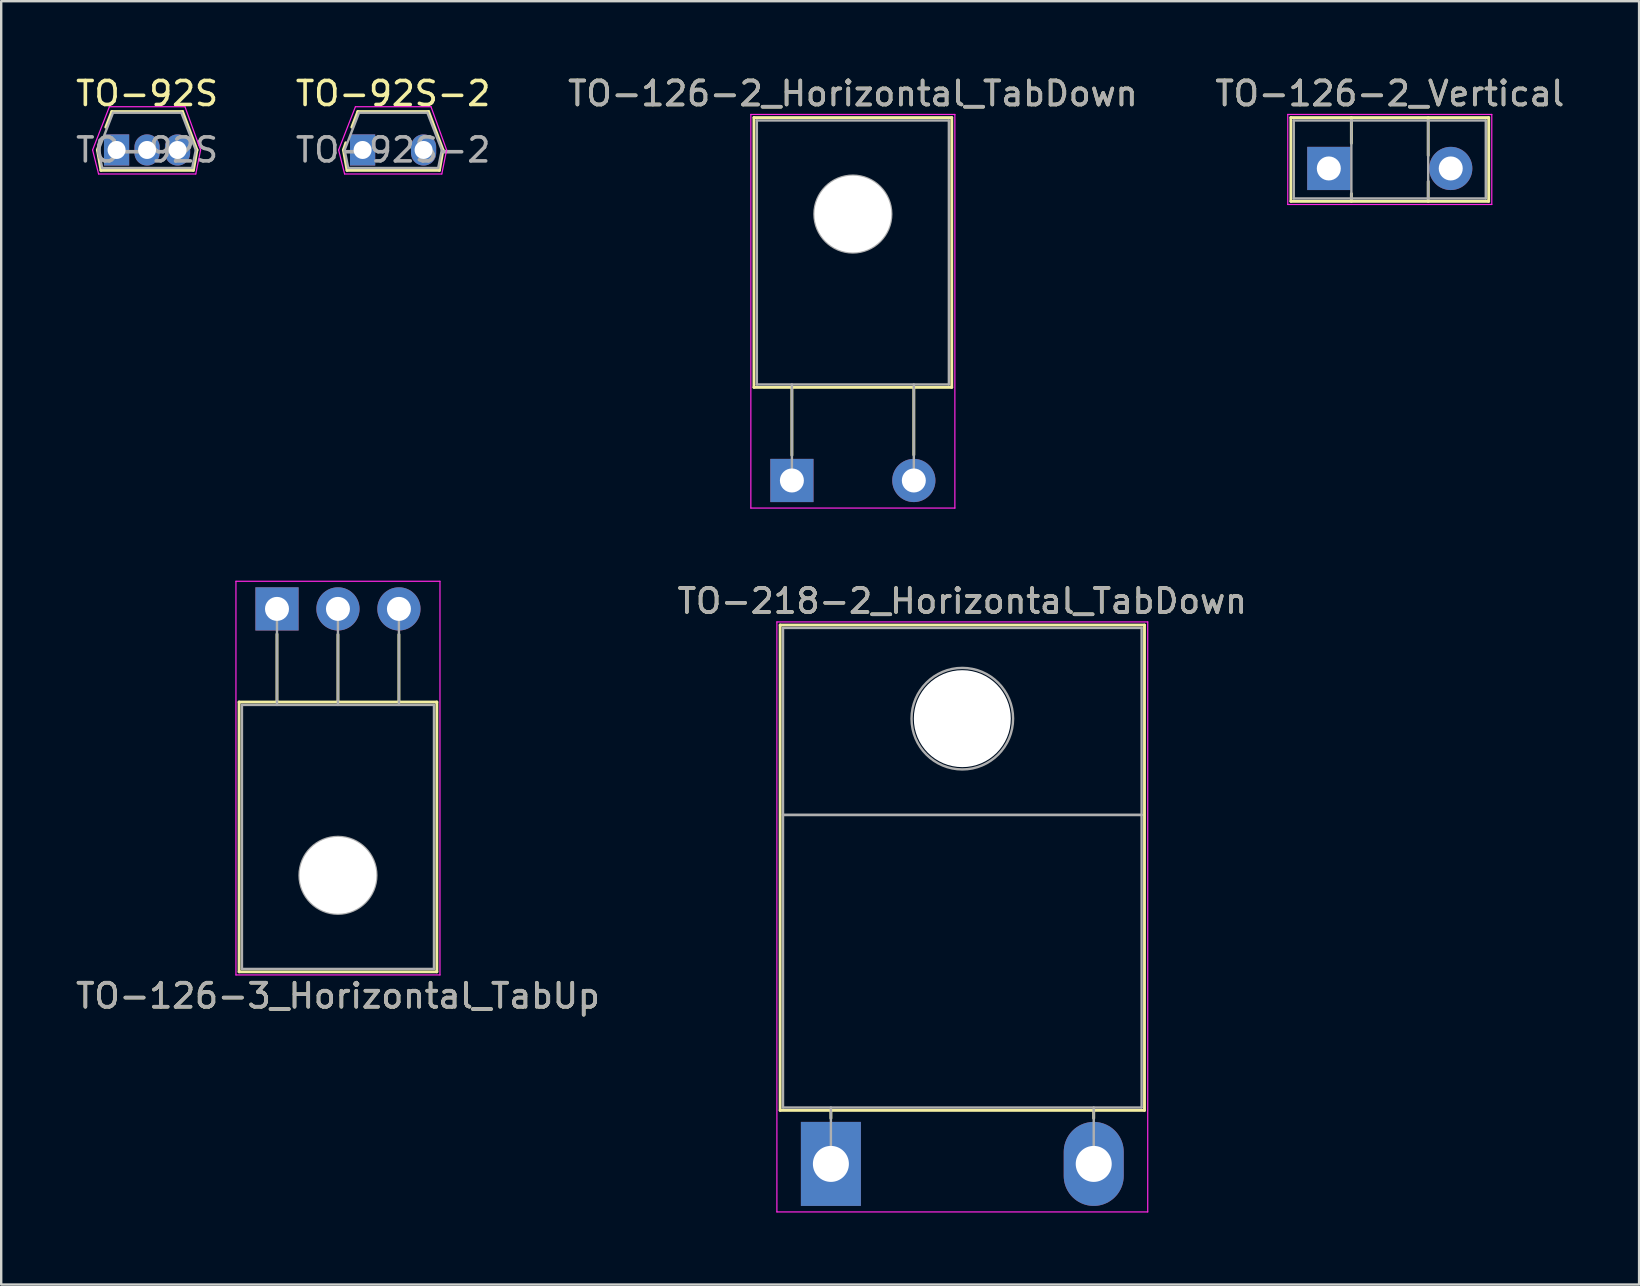
<source format=kicad_pcb>
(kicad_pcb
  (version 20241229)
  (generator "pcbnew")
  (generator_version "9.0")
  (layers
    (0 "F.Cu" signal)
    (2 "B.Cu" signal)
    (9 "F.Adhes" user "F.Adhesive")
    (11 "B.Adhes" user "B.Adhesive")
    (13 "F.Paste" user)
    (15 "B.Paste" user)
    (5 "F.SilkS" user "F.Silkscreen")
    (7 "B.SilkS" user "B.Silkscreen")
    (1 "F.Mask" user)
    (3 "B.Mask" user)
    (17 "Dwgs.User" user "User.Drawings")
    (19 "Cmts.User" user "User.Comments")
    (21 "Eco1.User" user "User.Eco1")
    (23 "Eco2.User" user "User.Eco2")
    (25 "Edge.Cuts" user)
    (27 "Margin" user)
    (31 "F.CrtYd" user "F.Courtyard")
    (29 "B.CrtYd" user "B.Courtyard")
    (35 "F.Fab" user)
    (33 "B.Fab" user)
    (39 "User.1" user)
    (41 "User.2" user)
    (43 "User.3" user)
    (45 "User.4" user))
  (footprint "TO-126-2_Horizontal_TabDown"
    (layer "F.Cu")
    (at 29.942 16.968)
    (property "Reference" "TO-126-2_Horizontal_TabDown" (at 2.54 -16.12 0) (layer "F.SilkS") (effects (font (size 1 1) (thickness 0.15))))
    (attr through_hole)
    (fp_line (start -1.58 -15.12) (end -1.58 -3.88) (stroke (width 0.12) (type solid)) (layer "F.SilkS"))
    (fp_line (start -1.58 -15.12) (end 6.66 -15.12) (stroke (width 0.12) (type solid)) (layer "F.SilkS"))
    (fp_line (start -1.58 -3.88) (end 6.66 -3.88) (stroke (width 0.12) (type solid)) (layer "F.SilkS"))
    (fp_line (start 0 -3.88) (end 0 -1.05) (stroke (width 0.12) (type solid)) (layer "F.SilkS"))
    (fp_line (start 5.08 -3.88) (end 5.08 -1.066) (stroke (width 0.12) (type solid)) (layer "F.SilkS"))
    (fp_line (start 6.66 -15.12) (end 6.66 -3.88) (stroke (width 0.12) (type solid)) (layer "F.SilkS"))
    (fp_line (start -1.71 -15.25) (end -1.71 1.15) (stroke (width 0.05) (type solid)) (layer "F.CrtYd"))
    (fp_line (start -1.71 1.15) (end 6.79 1.15) (stroke (width 0.05) (type solid)) (layer "F.CrtYd"))
    (fp_line (start 6.79 -15.25) (end -1.71 -15.25) (stroke (width 0.05) (type solid)) (layer "F.CrtYd"))
    (fp_line (start 6.79 1.15) (end 6.79 -15.25) (stroke (width 0.05) (type solid)) (layer "F.CrtYd"))
    (fp_line (start -1.46 -15) (end 6.54 -15) (stroke (width 0.1) (type solid)) (layer "F.Fab"))
    (fp_line (start -1.46 -4) (end -1.46 -15) (stroke (width 0.1) (type solid)) (layer "F.Fab"))
    (fp_line (start 0 -4) (end 0 0) (stroke (width 0.1) (type solid)) (layer "F.Fab"))
    (fp_line (start 5.08 -4) (end 5.08 0) (stroke (width 0.1) (type solid)) (layer "F.Fab"))
    (fp_line (start 6.54 -15) (end 6.54 -4) (stroke (width 0.1) (type solid)) (layer "F.Fab"))
    (fp_line (start 6.54 -4) (end -1.46 -4) (stroke (width 0.1) (type solid)) (layer "F.Fab"))
    (fp_circle (center 2.54 -11.1) (end 4.14 -11.1) (stroke (width 0.1) (type solid)) (fill no) (layer "F.Fab"))
    (fp_text user "${REFERENCE}" (at 2.54 -16.12 0) (layer "F.Fab") (effects (font (size 1 1) (thickness 0.15))))
    (pad "" np_thru_hole oval (at 2.54 -11.1) (size 3.2 3.2) (drill 3.2) (layers "*.Cu" "*.Mask"))
    (pad "1" thru_hole rect (at 0 0) (size 1.8 1.8) (drill 1) (layers "*.Cu" "*.Mask"))
    (pad "2" thru_hole oval (at 5.08 0) (size 1.8 1.8) (drill 1) (layers "*.Cu" "*.Mask")))
  (footprint "TO-92S"
    (layer "F.Cu")
    (at 1.807 3.198)
    (property "Reference" "TO-92S" (at 1.27 -2.35 0) (layer "F.SilkS") (effects (font (size 1 1) (thickness 0.15))))
    (attr through_hole)
    (fp_line (start -0.8 0) (end -0.65 0.85) (stroke (width 0.12) (type solid)) (layer "F.SilkS"))
    (fp_line (start -0.7 -0.3) (end -0.8 0) (stroke (width 0.12) (type solid)) (layer "F.SilkS"))
    (fp_line (start -0.65 0.85) (end 3.2 0.85) (stroke (width 0.12) (type solid)) (layer "F.SilkS"))
    (fp_line (start -0.2 -1.6) (end -0.45 -0.95) (stroke (width 0.12) (type solid)) (layer "F.SilkS"))
    (fp_line (start 2.75 -1.6) (end -0.2 -1.6) (stroke (width 0.12) (type solid)) (layer "F.SilkS"))
    (fp_line (start 3.2 0.85) (end 3.35 0) (stroke (width 0.12) (type solid)) (layer "F.SilkS"))
    (fp_line (start 3.35 0) (end 2.75 -1.6) (stroke (width 0.12) (type solid)) (layer "F.SilkS"))
    (fp_line (start -1 0) (end -0.75 1) (stroke (width 0.05) (type solid)) (layer "F.CrtYd"))
    (fp_line (start -0.75 1) (end 3.3 1) (stroke (width 0.05) (type solid)) (layer "F.CrtYd"))
    (fp_line (start -0.3 -1.8) (end -1 0) (stroke (width 0.05) (type solid)) (layer "F.CrtYd"))
    (fp_line (start 2.85 -1.8) (end -0.3 -1.8) (stroke (width 0.05) (type solid)) (layer "F.CrtYd"))
    (fp_line (start 3.3 1) (end 3.5 0) (stroke (width 0.05) (type solid)) (layer "F.CrtYd"))
    (fp_line (start 3.5 0) (end 2.85 -1.8) (stroke (width 0.05) (type solid)) (layer "F.CrtYd"))
    (fp_line (start -0.75 0) (end -0.15 -1.55) (stroke (width 0.1) (type solid)) (layer "F.Fab"))
    (fp_line (start -0.6 0.75) (end -0.75 0) (stroke (width 0.1) (type solid)) (layer "F.Fab"))
    (fp_line (start -0.6 0.75) (end 3.15 0.75) (stroke (width 0.1) (type solid)) (layer "F.Fab"))
    (fp_line (start -0.15 -1.55) (end 2.7 -1.55) (stroke (width 0.1) (type solid)) (layer "F.Fab"))
    (fp_line (start 3.15 0.75) (end 3.3 0) (stroke (width 0.1) (type solid)) (layer "F.Fab"))
    (fp_line (start 3.3 0) (end 2.7 -1.55) (stroke (width 0.1) (type solid)) (layer "F.Fab"))
    (fp_text user "${REFERENCE}" (at 1.27 0 0) (layer "F.Fab") (effects (font (size 1 1) (thickness 0.15))))
    (pad "1" thru_hole rect (at 0 0) (size 1.05 1.3) (drill 0.75) (layers "*.Cu" "*.Mask"))
    (pad "2" thru_hole oval (at 1.27 0) (size 1.05 1.3) (drill 0.75) (layers "*.Cu" "*.Mask"))
    (pad "3" thru_hole oval (at 2.54 0) (size 1.05 1.3) (drill 0.75) (layers "*.Cu" "*.Mask")))
  (footprint "TO-126-2_Vertical"
    (layer "F.Cu")
    (at 52.311 3.968)
    (property "Reference" "TO-126-2_Vertical" (at 2.54 -3.12 0) (layer "F.SilkS") (effects (font (size 1 1) (thickness 0.15))))
    (attr through_hole)
    (fp_line (start -1.58 -2.12) (end -1.58 1.37) (stroke (width 0.12) (type solid)) (layer "F.SilkS"))
    (fp_line (start -1.58 -2.12) (end 6.66 -2.12) (stroke (width 0.12) (type solid)) (layer "F.SilkS"))
    (fp_line (start -1.58 1.37) (end 6.66 1.37) (stroke (width 0.12) (type solid)) (layer "F.SilkS"))
    (fp_line (start 0.94 -2.12) (end 0.94 -1.05) (stroke (width 0.12) (type solid)) (layer "F.SilkS"))
    (fp_line (start 0.94 1.05) (end 0.94 1.37) (stroke (width 0.12) (type solid)) (layer "F.SilkS"))
    (fp_line (start 4.141 -2.12) (end 4.141 -0.54) (stroke (width 0.12) (type solid)) (layer "F.SilkS"))
    (fp_line (start 4.141 0.54) (end 4.141 1.37) (stroke (width 0.12) (type solid)) (layer "F.SilkS"))
    (fp_line (start 6.66 -2.12) (end 6.66 1.37) (stroke (width 0.12) (type solid)) (layer "F.SilkS"))
    (fp_line (start -1.71 -2.25) (end -1.71 1.5) (stroke (width 0.05) (type solid)) (layer "F.CrtYd"))
    (fp_line (start -1.71 1.5) (end 6.79 1.5) (stroke (width 0.05) (type solid)) (layer "F.CrtYd"))
    (fp_line (start 6.79 -2.25) (end -1.71 -2.25) (stroke (width 0.05) (type solid)) (layer "F.CrtYd"))
    (fp_line (start 6.79 1.5) (end 6.79 -2.25) (stroke (width 0.05) (type solid)) (layer "F.CrtYd"))
    (fp_line (start -1.46 -2) (end -1.46 1.25) (stroke (width 0.1) (type solid)) (layer "F.Fab"))
    (fp_line (start -1.46 1.25) (end 6.54 1.25) (stroke (width 0.1) (type solid)) (layer "F.Fab"))
    (fp_line (start 0.94 -2) (end 0.94 1.25) (stroke (width 0.1) (type solid)) (layer "F.Fab"))
    (fp_line (start 4.14 -2) (end 4.14 1.25) (stroke (width 0.1) (type solid)) (layer "F.Fab"))
    (fp_line (start 6.54 -2) (end -1.46 -2) (stroke (width 0.1) (type solid)) (layer "F.Fab"))
    (fp_line (start 6.54 1.25) (end 6.54 -2) (stroke (width 0.1) (type solid)) (layer "F.Fab"))
    (fp_text user "${REFERENCE}" (at 2.54 -3.12 0) (layer "F.Fab") (effects (font (size 1 1) (thickness 0.15))))
    (pad "1" thru_hole rect (at 0 0) (size 1.8 1.8) (drill 1) (layers "*.Cu" "*.Mask"))
    (pad "2" thru_hole oval (at 5.08 0) (size 1.8 1.8) (drill 1) (layers "*.Cu" "*.Mask")))
  (footprint "TO-218-2_Horizontal_TabDown"
    (layer "F.Cu")
    (at 31.567 45.441)
    (property "Reference" "TO-218-2_Horizontal_TabDown" (at 5.475 -23.45 0) (layer "F.SilkS") (effects (font (size 1 1) (thickness 0.15))))
    (attr through_hole)
    (fp_line (start -2.115 -22.45) (end -2.115 -2.23) (stroke (width 0.12) (type solid)) (layer "F.SilkS"))
    (fp_line (start -2.115 -22.45) (end 13.065 -22.45) (stroke (width 0.12) (type solid)) (layer "F.SilkS"))
    (fp_line (start -2.115 -2.23) (end 13.065 -2.23) (stroke (width 0.12) (type solid)) (layer "F.SilkS"))
    (fp_line (start 0 -2.23) (end 0 -1.9) (stroke (width 0.12) (type solid)) (layer "F.SilkS"))
    (fp_line (start 10.95 -2.23) (end 10.95 -1.9) (stroke (width 0.12) (type solid)) (layer "F.SilkS"))
    (fp_line (start 13.065 -22.45) (end 13.065 -2.23) (stroke (width 0.12) (type solid)) (layer "F.SilkS"))
    (fp_line (start -2.25 -22.58) (end -2.25 2) (stroke (width 0.05) (type solid)) (layer "F.CrtYd"))
    (fp_line (start -2.25 2) (end 13.2 2) (stroke (width 0.05) (type solid)) (layer "F.CrtYd"))
    (fp_line (start 13.2 -22.58) (end -2.25 -22.58) (stroke (width 0.05) (type solid)) (layer "F.CrtYd"))
    (fp_line (start 13.2 2) (end 13.2 -22.58) (stroke (width 0.05) (type solid)) (layer "F.CrtYd"))
    (fp_line (start -1.995 -22.33) (end 12.945 -22.33) (stroke (width 0.1) (type solid)) (layer "F.Fab"))
    (fp_line (start -1.995 -14.54) (end -1.995 -22.33) (stroke (width 0.1) (type solid)) (layer "F.Fab"))
    (fp_line (start -1.995 -14.54) (end 12.945 -14.54) (stroke (width 0.1) (type solid)) (layer "F.Fab"))
    (fp_line (start -1.995 -2.35) (end -1.995 -14.54) (stroke (width 0.1) (type solid)) (layer "F.Fab"))
    (fp_line (start 0 -2.35) (end 0 0) (stroke (width 0.1) (type solid)) (layer "F.Fab"))
    (fp_line (start 10.95 -2.35) (end 10.95 0) (stroke (width 0.1) (type solid)) (layer "F.Fab"))
    (fp_line (start 12.945 -22.33) (end 12.945 -14.54) (stroke (width 0.1) (type solid)) (layer "F.Fab"))
    (fp_line (start 12.945 -14.54) (end -1.995 -14.54) (stroke (width 0.1) (type solid)) (layer "F.Fab"))
    (fp_line (start 12.945 -14.54) (end 12.945 -2.35) (stroke (width 0.1) (type solid)) (layer "F.Fab"))
    (fp_line (start 12.945 -2.35) (end -1.995 -2.35) (stroke (width 0.1) (type solid)) (layer "F.Fab"))
    (fp_circle (center 5.475 -18.55) (end 7.59 -18.55) (stroke (width 0.1) (type solid)) (fill no) (layer "F.Fab"))
    (fp_text user "${REFERENCE}" (at 5.475 -23.45 0) (layer "F.Fab") (effects (font (size 1 1) (thickness 0.15))))
    (pad "" np_thru_hole oval (at 5.475 -18.55) (size 4.04 4.04) (drill 4.04) (layers "*.Cu" "*.Mask"))
    (pad "1" thru_hole rect (at 0 0) (size 2.5 3.5) (drill 1.5) (layers "*.Cu" "*.Mask"))
    (pad "2" thru_hole oval (at 10.95 0) (size 2.5 3.5) (drill 1.5) (layers "*.Cu" "*.Mask")))
  (footprint "TO-126-3_Horizontal_TabUp"
    (layer "F.Cu")
    (at 8.49 22.318)
    (property "Reference" "TO-126-3_Horizontal_TabUp" (at 2.54 16.12 0) (layer "F.SilkS") (effects (font (size 1 1) (thickness 0.15))))
    (attr through_hole)
    (fp_line (start -1.58 3.88) (end -1.58 15.12) (stroke (width 0.12) (type solid)) (layer "F.SilkS"))
    (fp_line (start -1.58 3.88) (end 6.66 3.88) (stroke (width 0.12) (type solid)) (layer "F.SilkS"))
    (fp_line (start -1.58 15.12) (end 6.66 15.12) (stroke (width 0.12) (type solid)) (layer "F.SilkS"))
    (fp_line (start 0 1.05) (end 0 3.88) (stroke (width 0.12) (type solid)) (layer "F.SilkS"))
    (fp_line (start 2.54 1.066) (end 2.54 3.88) (stroke (width 0.12) (type solid)) (layer "F.SilkS"))
    (fp_line (start 5.08 1.066) (end 5.08 3.88) (stroke (width 0.12) (type solid)) (layer "F.SilkS"))
    (fp_line (start 6.66 3.88) (end 6.66 15.12) (stroke (width 0.12) (type solid)) (layer "F.SilkS"))
    (fp_line (start -1.71 -1.15) (end -1.71 15.25) (stroke (width 0.05) (type solid)) (layer "F.CrtYd"))
    (fp_line (start -1.71 15.25) (end 6.79 15.25) (stroke (width 0.05) (type solid)) (layer "F.CrtYd"))
    (fp_line (start 6.79 -1.15) (end -1.71 -1.15) (stroke (width 0.05) (type solid)) (layer "F.CrtYd"))
    (fp_line (start 6.79 15.25) (end 6.79 -1.15) (stroke (width 0.05) (type solid)) (layer "F.CrtYd"))
    (fp_line (start -1.46 4) (end -1.46 15) (stroke (width 0.1) (type solid)) (layer "F.Fab"))
    (fp_line (start -1.46 15) (end 6.54 15) (stroke (width 0.1) (type solid)) (layer "F.Fab"))
    (fp_line (start 0 4) (end 0 0) (stroke (width 0.1) (type solid)) (layer "F.Fab"))
    (fp_line (start 2.54 4) (end 2.54 0) (stroke (width 0.1) (type solid)) (layer "F.Fab"))
    (fp_line (start 5.08 4) (end 5.08 0) (stroke (width 0.1) (type solid)) (layer "F.Fab"))
    (fp_line (start 6.54 4) (end -1.46 4) (stroke (width 0.1) (type solid)) (layer "F.Fab"))
    (fp_line (start 6.54 15) (end 6.54 4) (stroke (width 0.1) (type solid)) (layer "F.Fab"))
    (fp_circle (center 2.54 11.1) (end 4.14 11.1) (stroke (width 0.1) (type solid)) (fill no) (layer "F.Fab"))
    (fp_text user "${REFERENCE}" (at 2.54 16.12 0) (layer "F.Fab") (effects (font (size 1 1) (thickness 0.15))))
    (pad "" np_thru_hole oval (at 2.54 11.1) (size 3.2 3.2) (drill 3.2) (layers "*.Cu" "*.Mask"))
    (pad "1" thru_hole rect (at 0 0) (size 1.8 1.8) (drill 1) (layers "*.Cu" "*.Mask"))
    (pad "2" thru_hole oval (at 2.54 0) (size 1.8 1.8) (drill 1) (layers "*.Cu" "*.Mask"))
    (pad "3" thru_hole oval (at 5.08 0) (size 1.8 1.8) (drill 1) (layers "*.Cu" "*.Mask")))
  (footprint "TO-92S-2"
    (layer "F.Cu")
    (at 12.057 3.198)
    (property "Reference" "TO-92S-2" (at 1.27 -2.35 0) (layer "F.SilkS") (effects (font (size 1 1) (thickness 0.15))))
    (attr through_hole)
    (fp_line (start -0.8 0) (end -0.65 0.85) (stroke (width 0.12) (type solid)) (layer "F.SilkS"))
    (fp_line (start -0.7 -0.3) (end -0.8 0) (stroke (width 0.12) (type solid)) (layer "F.SilkS"))
    (fp_line (start -0.65 0.85) (end 3.2 0.85) (stroke (width 0.12) (type solid)) (layer "F.SilkS"))
    (fp_line (start -0.2 -1.6) (end -0.45 -0.95) (stroke (width 0.12) (type solid)) (layer "F.SilkS"))
    (fp_line (start 2.75 -1.6) (end -0.2 -1.6) (stroke (width 0.12) (type solid)) (layer "F.SilkS"))
    (fp_line (start 3.2 0.85) (end 3.35 0) (stroke (width 0.12) (type solid)) (layer "F.SilkS"))
    (fp_line (start 3.35 0) (end 2.75 -1.6) (stroke (width 0.12) (type solid)) (layer "F.SilkS"))
    (fp_line (start -1 0) (end -0.75 1) (stroke (width 0.05) (type solid)) (layer "F.CrtYd"))
    (fp_line (start -0.75 1) (end 3.3 1) (stroke (width 0.05) (type solid)) (layer "F.CrtYd"))
    (fp_line (start -0.3 -1.8) (end -1 0) (stroke (width 0.05) (type solid)) (layer "F.CrtYd"))
    (fp_line (start 2.85 -1.8) (end -0.3 -1.8) (stroke (width 0.05) (type solid)) (layer "F.CrtYd"))
    (fp_line (start 3.3 1) (end 3.5 0) (stroke (width 0.05) (type solid)) (layer "F.CrtYd"))
    (fp_line (start 3.5 0) (end 2.85 -1.8) (stroke (width 0.05) (type solid)) (layer "F.CrtYd"))
    (fp_line (start -0.75 0) (end -0.15 -1.55) (stroke (width 0.1) (type solid)) (layer "F.Fab"))
    (fp_line (start -0.6 0.75) (end -0.75 0) (stroke (width 0.1) (type solid)) (layer "F.Fab"))
    (fp_line (start -0.6 0.75) (end 3.15 0.75) (stroke (width 0.1) (type solid)) (layer "F.Fab"))
    (fp_line (start -0.15 -1.55) (end 2.7 -1.55) (stroke (width 0.1) (type solid)) (layer "F.Fab"))
    (fp_line (start 3.15 0.75) (end 3.3 0) (stroke (width 0.1) (type solid)) (layer "F.Fab"))
    (fp_line (start 3.3 0) (end 2.7 -1.55) (stroke (width 0.1) (type solid)) (layer "F.Fab"))
    (fp_text user "${REFERENCE}" (at 1.27 0 0) (layer "F.Fab") (effects (font (size 1 1) (thickness 0.15))))
    (pad "1" thru_hole rect (at 0 0) (size 1.05 1.3) (drill 0.75) (layers "*.Cu" "*.Mask"))
    (pad "2" thru_hole oval (at 2.54 0) (size 1.05 1.3) (drill 0.75) (layers "*.Cu" "*.Mask")))
  (gr_rect
    (start -3 -3)
    (end 65.238 50.467)
    (stroke (width 0.1) (type default))
    (fill no)
    (layer "Edge.Cuts")))
</source>
